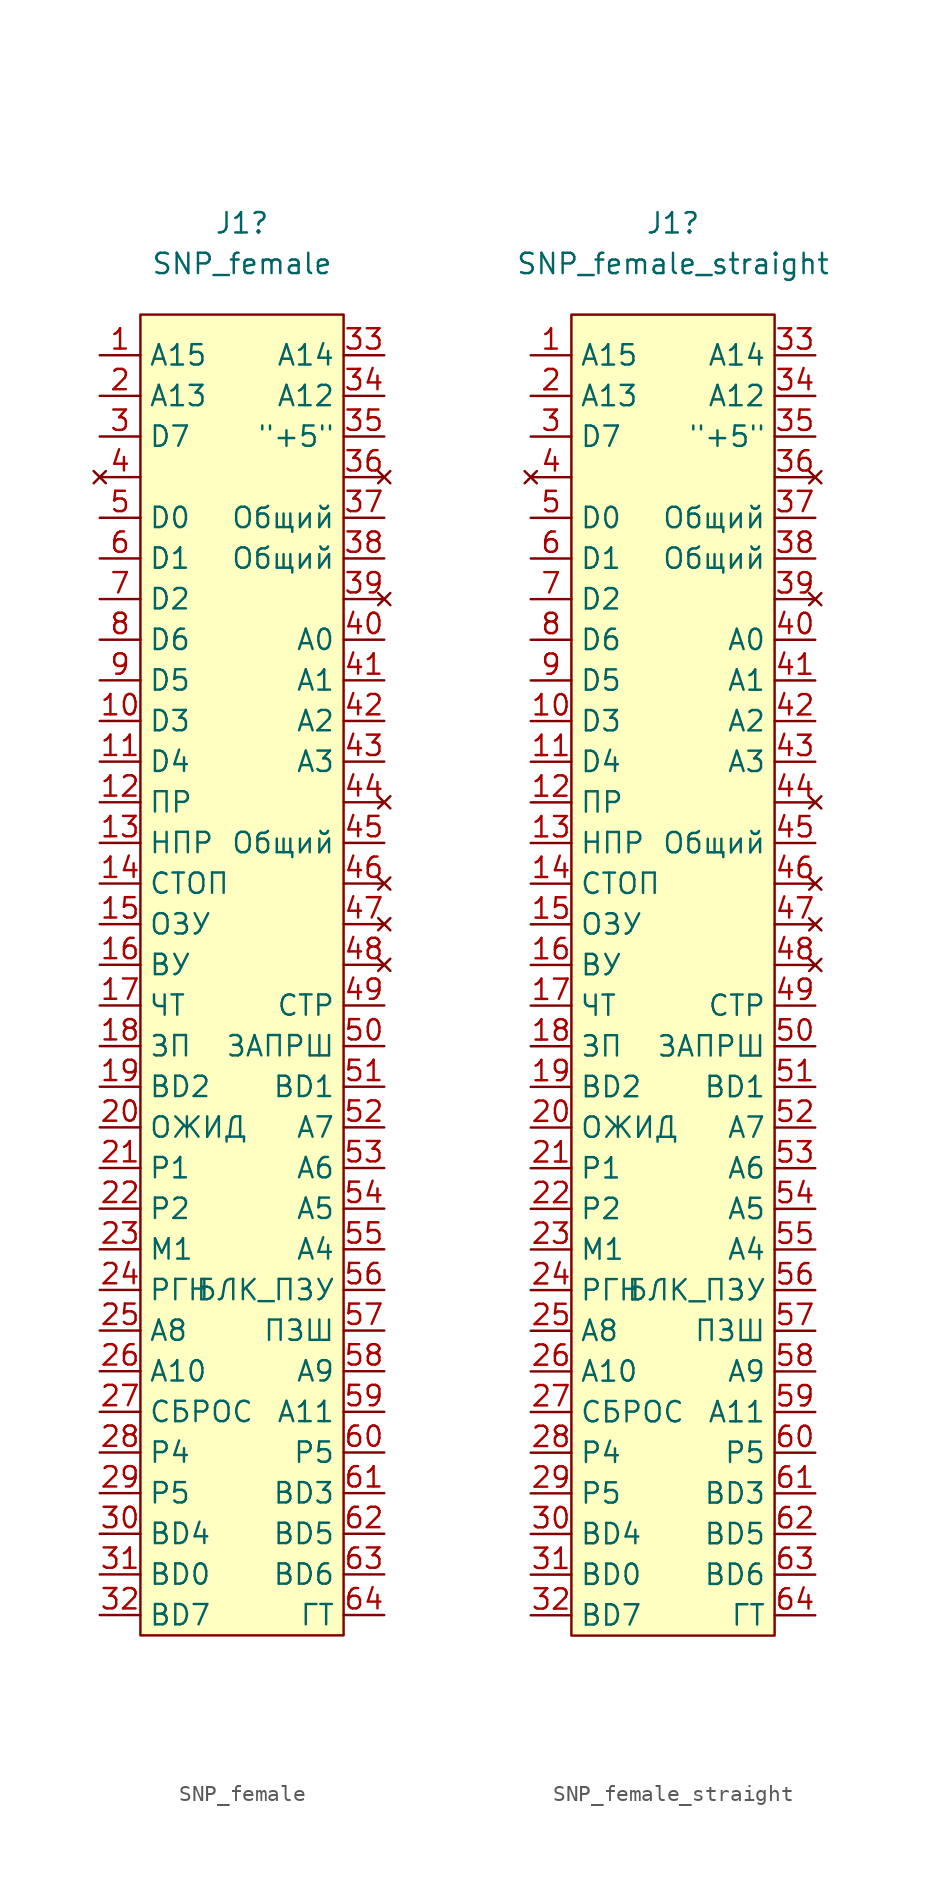
<source format=kicad_sym>
(kicad_symbol_lib
  (version 20220914)
  (generator kicad_symbol_editor)
  (symbol "SNP_female"
    (property "Reference" "J1"
      (at 0 43.815 0)
      (effects (font (size 1.27 1.27))))
    (property "Value" "SNP_female"
      (at 0 41.275 0)
      (effects (font (size 1.27 1.27))))
    (symbol "SNP_female_0_1"
      (rectangle (start -6.35 38.1) (end 6.35 -44.45) (stroke (width 0) (type default)) (fill (type background))))
    (symbol "SNP_female_1_1"
      (pin bidirectional line (at -8.89 35.56 0) (length 2.54) (name "A15" (effects (font (size 1.27 1.27)))) (number "1" (effects (font (size 1.27 1.27)))))
      (pin bidirectional line (at -8.89 12.7 0) (length 2.54) (name "D3" (effects (font (size 1.27 1.27)))) (number "10" (effects (font (size 1.27 1.27)))))
      (pin bidirectional line (at -8.89 10.16 0) (length 2.54) (name "D4" (effects (font (size 1.27 1.27)))) (number "11" (effects (font (size 1.27 1.27)))))
      (pin bidirectional line (at -8.89 7.62 0) (length 2.54) (name "ПР" (effects (font (size 1.27 1.27)))) (number "12" (effects (font (size 1.27 1.27)))))
      (pin bidirectional line (at -8.89 5.08 0) (length 2.54) (name "НПР" (effects (font (size 1.27 1.27)))) (number "13" (effects (font (size 1.27 1.27)))))
      (pin bidirectional line (at -8.89 2.54 0) (length 2.54) (name "СТОП" (effects (font (size 1.27 1.27)))) (number "14" (effects (font (size 1.27 1.27)))))
      (pin bidirectional line (at -8.89 0 0) (length 2.54) (name "ОЗУ" (effects (font (size 1.27 1.27)))) (number "15" (effects (font (size 1.27 1.27)))))
      (pin bidirectional line (at -8.89 -2.54 0) (length 2.54) (name "ВУ" (effects (font (size 1.27 1.27)))) (number "16" (effects (font (size 1.27 1.27)))))
      (pin bidirectional line (at -8.89 -5.08 0) (length 2.54) (name "ЧТ" (effects (font (size 1.27 1.27)))) (number "17" (effects (font (size 1.27 1.27)))))
      (pin bidirectional line (at -8.89 -7.62 0) (length 2.54) (name "ЗП" (effects (font (size 1.27 1.27)))) (number "18" (effects (font (size 1.27 1.27)))))
      (pin bidirectional line (at -8.89 -10.16 0) (length 2.54) (name "BD2" (effects (font (size 1.27 1.27)))) (number "19" (effects (font (size 1.27 1.27)))))
      (pin bidirectional line (at -8.89 33.02 0) (length 2.54) (name "A13" (effects (font (size 1.27 1.27)))) (number "2" (effects (font (size 1.27 1.27)))))
      (pin bidirectional line (at -8.89 -12.7 0) (length 2.54) (name "ОЖИД" (effects (font (size 1.27 1.27)))) (number "20" (effects (font (size 1.27 1.27)))))
      (pin bidirectional line (at -8.89 -15.24 0) (length 2.54) (name "P1" (effects (font (size 1.27 1.27)))) (number "21" (effects (font (size 1.27 1.27)))))
      (pin bidirectional line (at -8.89 -17.78 0) (length 2.54) (name "P2" (effects (font (size 1.27 1.27)))) (number "22" (effects (font (size 1.27 1.27)))))
      (pin bidirectional line (at -8.89 -20.32 0) (length 2.54) (name "М1" (effects (font (size 1.27 1.27)))) (number "23" (effects (font (size 1.27 1.27)))))
      (pin bidirectional line (at -8.89 -22.86 0) (length 2.54) (name "РГН" (effects (font (size 1.27 1.27)))) (number "24" (effects (font (size 1.27 1.27)))))
      (pin bidirectional line (at -8.89 -25.4 0) (length 2.54) (name "A8" (effects (font (size 1.27 1.27)))) (number "25" (effects (font (size 1.27 1.27)))))
      (pin bidirectional line (at -8.89 -27.94 0) (length 2.54) (name "A10" (effects (font (size 1.27 1.27)))) (number "26" (effects (font (size 1.27 1.27)))))
      (pin bidirectional line (at -8.89 -30.48 0) (length 2.54) (name "СБРОС" (effects (font (size 1.27 1.27)))) (number "27" (effects (font (size 1.27 1.27)))))
      (pin bidirectional line (at -8.89 -33.02 0) (length 2.54) (name "P4" (effects (font (size 1.27 1.27)))) (number "28" (effects (font (size 1.27 1.27)))))
      (pin bidirectional line (at -8.89 -35.56 0) (length 2.54) (name "P5" (effects (font (size 1.27 1.27)))) (number "29" (effects (font (size 1.27 1.27)))))
      (pin bidirectional line (at -8.89 30.48 0) (length 2.54) (name "D7" (effects (font (size 1.27 1.27)))) (number "3" (effects (font (size 1.27 1.27)))))
      (pin bidirectional line (at -8.89 -38.1 0) (length 2.54) (name "BD4" (effects (font (size 1.27 1.27)))) (number "30" (effects (font (size 1.27 1.27)))))
      (pin bidirectional line (at -8.89 -40.64 0) (length 2.54) (name "BD0" (effects (font (size 1.27 1.27)))) (number "31" (effects (font (size 1.27 1.27)))))
      (pin bidirectional line (at -8.89 -43.18 0) (length 2.54) (name "BD7" (effects (font (size 1.27 1.27)))) (number "32" (effects (font (size 1.27 1.27)))))
      (pin bidirectional line (at 8.89 35.56 180) (length 2.54) (name "A14" (effects (font (size 1.27 1.27)))) (number "33" (effects (font (size 1.27 1.27)))))
      (pin bidirectional line (at 8.89 33.02 180) (length 2.54) (name "A12" (effects (font (size 1.27 1.27)))) (number "34" (effects (font (size 1.27 1.27)))))
      (pin power_in line (at 8.89 30.48 180) (length 2.54) (name "\"+5\"" (effects (font (size 1.27 1.27)))) (number "35" (effects (font (size 1.27 1.27)))))
      (pin no_connect line (at 8.89 27.94 180) (length 2.54) (name "" (effects (font (size 1.27 1.27)))) (number "36" (effects (font (size 1.27 1.27)))))
      (pin power_in line (at 8.89 25.4 180) (length 2.54) (name "Общий" (effects (font (size 1.27 1.27)))) (number "37" (effects (font (size 1.27 1.27)))))
      (pin power_in line (at 8.89 22.86 180) (length 2.54) (name "Общий" (effects (font (size 1.27 1.27)))) (number "38" (effects (font (size 1.27 1.27)))))
      (pin no_connect line (at 8.89 20.32 180) (length 2.54) (name "" (effects (font (size 1.27 1.27)))) (number "39" (effects (font (size 1.27 1.27)))))
      (pin no_connect line (at -8.89 27.94 0) (length 2.54) (name "" (effects (font (size 1.27 1.27)))) (number "4" (effects (font (size 1.27 1.27)))))
      (pin bidirectional line (at 8.89 17.78 180) (length 2.54) (name "A0" (effects (font (size 1.27 1.27)))) (number "40" (effects (font (size 1.27 1.27)))))
      (pin bidirectional line (at 8.89 15.24 180) (length 2.54) (name "A1" (effects (font (size 1.27 1.27)))) (number "41" (effects (font (size 1.27 1.27)))))
      (pin bidirectional line (at 8.89 12.7 180) (length 2.54) (name "A2" (effects (font (size 1.27 1.27)))) (number "42" (effects (font (size 1.27 1.27)))))
      (pin bidirectional line (at 8.89 10.16 180) (length 2.54) (name "A3" (effects (font (size 1.27 1.27)))) (number "43" (effects (font (size 1.27 1.27)))))
      (pin no_connect line (at 8.89 7.62 180) (length 2.54) (name "" (effects (font (size 1.27 1.27)))) (number "44" (effects (font (size 1.27 1.27)))))
      (pin power_in line (at 8.89 5.08 180) (length 2.54) (name "Общий" (effects (font (size 1.27 1.27)))) (number "45" (effects (font (size 1.27 1.27)))))
      (pin no_connect line (at 8.89 2.54 180) (length 2.54) (name "" (effects (font (size 1.27 1.27)))) (number "46" (effects (font (size 1.27 1.27)))))
      (pin no_connect line (at 8.89 0 180) (length 2.54) (name "" (effects (font (size 1.27 1.27)))) (number "47" (effects (font (size 1.27 1.27)))))
      (pin no_connect line (at 8.89 -2.54 180) (length 2.54) (name "" (effects (font (size 1.27 1.27)))) (number "48" (effects (font (size 1.27 1.27)))))
      (pin bidirectional line (at 8.89 -5.08 180) (length 2.54) (name "СТР" (effects (font (size 1.27 1.27)))) (number "49" (effects (font (size 1.27 1.27)))))
      (pin bidirectional line (at -8.89 25.4 0) (length 2.54) (name "D0" (effects (font (size 1.27 1.27)))) (number "5" (effects (font (size 1.27 1.27)))))
      (pin bidirectional line (at 8.89 -7.62 180) (length 2.54) (name "ЗАПРШ" (effects (font (size 1.27 1.27)))) (number "50" (effects (font (size 1.27 1.27)))))
      (pin bidirectional line (at 8.89 -10.16 180) (length 2.54) (name "BD1" (effects (font (size 1.27 1.27)))) (number "51" (effects (font (size 1.27 1.27)))))
      (pin bidirectional line (at 8.89 -12.7 180) (length 2.54) (name "A7" (effects (font (size 1.27 1.27)))) (number "52" (effects (font (size 1.27 1.27)))))
      (pin bidirectional line (at 8.89 -15.24 180) (length 2.54) (name "A6" (effects (font (size 1.27 1.27)))) (number "53" (effects (font (size 1.27 1.27)))))
      (pin bidirectional line (at 8.89 -17.78 180) (length 2.54) (name "A5" (effects (font (size 1.27 1.27)))) (number "54" (effects (font (size 1.27 1.27)))))
      (pin bidirectional line (at 8.89 -20.32 180) (length 2.54) (name "A4" (effects (font (size 1.27 1.27)))) (number "55" (effects (font (size 1.27 1.27)))))
      (pin bidirectional line (at 8.89 -22.86 180) (length 2.54) (name "БЛК_ПЗУ" (effects (font (size 1.27 1.27)))) (number "56" (effects (font (size 1.27 1.27)))))
      (pin bidirectional line (at 8.89 -25.4 180) (length 2.54) (name "ПЗШ" (effects (font (size 1.27 1.27)))) (number "57" (effects (font (size 1.27 1.27)))))
      (pin bidirectional line (at 8.89 -27.94 180) (length 2.54) (name "A9" (effects (font (size 1.27 1.27)))) (number "58" (effects (font (size 1.27 1.27)))))
      (pin bidirectional line (at 8.89 -30.48 180) (length 2.54) (name "A11" (effects (font (size 1.27 1.27)))) (number "59" (effects (font (size 1.27 1.27)))))
      (pin bidirectional line (at -8.89 22.86 0) (length 2.54) (name "D1" (effects (font (size 1.27 1.27)))) (number "6" (effects (font (size 1.27 1.27)))))
      (pin bidirectional line (at 8.89 -33.02 180) (length 2.54) (name "P5" (effects (font (size 1.27 1.27)))) (number "60" (effects (font (size 1.27 1.27)))))
      (pin bidirectional line (at 8.89 -35.56 180) (length 2.54) (name "BD3" (effects (font (size 1.27 1.27)))) (number "61" (effects (font (size 1.27 1.27)))))
      (pin bidirectional line (at 8.89 -38.1 180) (length 2.54) (name "BD5" (effects (font (size 1.27 1.27)))) (number "62" (effects (font (size 1.27 1.27)))))
      (pin bidirectional line (at 8.89 -40.64 180) (length 2.54) (name "BD6" (effects (font (size 1.27 1.27)))) (number "63" (effects (font (size 1.27 1.27)))))
      (pin bidirectional line (at 8.89 -43.18 180) (length 2.54) (name "ГТ" (effects (font (size 1.27 1.27)))) (number "64" (effects (font (size 1.27 1.27)))))
      (pin bidirectional line (at -8.89 20.32 0) (length 2.54) (name "D2" (effects (font (size 1.27 1.27)))) (number "7" (effects (font (size 1.27 1.27)))))
      (pin bidirectional line (at -8.89 17.78 0) (length 2.54) (name "D6" (effects (font (size 1.27 1.27)))) (number "8" (effects (font (size 1.27 1.27)))))
      (pin bidirectional line (at -8.89 15.24 0) (length 2.54) (name "D5" (effects (font (size 1.27 1.27)))) (number "9" (effects (font (size 1.27 1.27)))))))
  (symbol "SNP_female_straight"
    (property "Reference" "J1"
      (at 0 43.815 0)
      (effects (font (size 1.27 1.27))))
    (property "Value" "SNP_female_straight"
      (at 0 41.275 0)
      (effects (font (size 1.27 1.27))))
    (symbol "SNP_female_straight_0_1"
      (rectangle (start -6.35 38.1) (end 6.35 -44.45) (stroke (width 0) (type default)) (fill (type background))))
    (symbol "SNP_female_straight_1_1"
      (pin bidirectional line (at -8.89 35.56 0) (length 2.54) (name "A15" (effects (font (size 1.27 1.27)))) (number "1" (effects (font (size 1.27 1.27)))))
      (pin bidirectional line (at -8.89 12.7 0) (length 2.54) (name "D3" (effects (font (size 1.27 1.27)))) (number "10" (effects (font (size 1.27 1.27)))))
      (pin bidirectional line (at -8.89 10.16 0) (length 2.54) (name "D4" (effects (font (size 1.27 1.27)))) (number "11" (effects (font (size 1.27 1.27)))))
      (pin bidirectional line (at -8.89 7.62 0) (length 2.54) (name "ПР" (effects (font (size 1.27 1.27)))) (number "12" (effects (font (size 1.27 1.27)))))
      (pin bidirectional line (at -8.89 5.08 0) (length 2.54) (name "НПР" (effects (font (size 1.27 1.27)))) (number "13" (effects (font (size 1.27 1.27)))))
      (pin bidirectional line (at -8.89 2.54 0) (length 2.54) (name "СТОП" (effects (font (size 1.27 1.27)))) (number "14" (effects (font (size 1.27 1.27)))))
      (pin bidirectional line (at -8.89 0 0) (length 2.54) (name "ОЗУ" (effects (font (size 1.27 1.27)))) (number "15" (effects (font (size 1.27 1.27)))))
      (pin bidirectional line (at -8.89 -2.54 0) (length 2.54) (name "ВУ" (effects (font (size 1.27 1.27)))) (number "16" (effects (font (size 1.27 1.27)))))
      (pin bidirectional line (at -8.89 -5.08 0) (length 2.54) (name "ЧТ" (effects (font (size 1.27 1.27)))) (number "17" (effects (font (size 1.27 1.27)))))
      (pin bidirectional line (at -8.89 -7.62 0) (length 2.54) (name "ЗП" (effects (font (size 1.27 1.27)))) (number "18" (effects (font (size 1.27 1.27)))))
      (pin bidirectional line (at -8.89 -10.16 0) (length 2.54) (name "BD2" (effects (font (size 1.27 1.27)))) (number "19" (effects (font (size 1.27 1.27)))))
      (pin bidirectional line (at -8.89 33.02 0) (length 2.54) (name "A13" (effects (font (size 1.27 1.27)))) (number "2" (effects (font (size 1.27 1.27)))))
      (pin bidirectional line (at -8.89 -12.7 0) (length 2.54) (name "ОЖИД" (effects (font (size 1.27 1.27)))) (number "20" (effects (font (size 1.27 1.27)))))
      (pin bidirectional line (at -8.89 -15.24 0) (length 2.54) (name "P1" (effects (font (size 1.27 1.27)))) (number "21" (effects (font (size 1.27 1.27)))))
      (pin bidirectional line (at -8.89 -17.78 0) (length 2.54) (name "P2" (effects (font (size 1.27 1.27)))) (number "22" (effects (font (size 1.27 1.27)))))
      (pin bidirectional line (at -8.89 -20.32 0) (length 2.54) (name "М1" (effects (font (size 1.27 1.27)))) (number "23" (effects (font (size 1.27 1.27)))))
      (pin bidirectional line (at -8.89 -22.86 0) (length 2.54) (name "РГН" (effects (font (size 1.27 1.27)))) (number "24" (effects (font (size 1.27 1.27)))))
      (pin bidirectional line (at -8.89 -25.4 0) (length 2.54) (name "A8" (effects (font (size 1.27 1.27)))) (number "25" (effects (font (size 1.27 1.27)))))
      (pin bidirectional line (at -8.89 -27.94 0) (length 2.54) (name "A10" (effects (font (size 1.27 1.27)))) (number "26" (effects (font (size 1.27 1.27)))))
      (pin bidirectional line (at -8.89 -30.48 0) (length 2.54) (name "СБРОС" (effects (font (size 1.27 1.27)))) (number "27" (effects (font (size 1.27 1.27)))))
      (pin bidirectional line (at -8.89 -33.02 0) (length 2.54) (name "P4" (effects (font (size 1.27 1.27)))) (number "28" (effects (font (size 1.27 1.27)))))
      (pin bidirectional line (at -8.89 -35.56 0) (length 2.54) (name "P5" (effects (font (size 1.27 1.27)))) (number "29" (effects (font (size 1.27 1.27)))))
      (pin bidirectional line (at -8.89 30.48 0) (length 2.54) (name "D7" (effects (font (size 1.27 1.27)))) (number "3" (effects (font (size 1.27 1.27)))))
      (pin bidirectional line (at -8.89 -38.1 0) (length 2.54) (name "BD4" (effects (font (size 1.27 1.27)))) (number "30" (effects (font (size 1.27 1.27)))))
      (pin bidirectional line (at -8.89 -40.64 0) (length 2.54) (name "BD0" (effects (font (size 1.27 1.27)))) (number "31" (effects (font (size 1.27 1.27)))))
      (pin bidirectional line (at -8.89 -43.18 0) (length 2.54) (name "BD7" (effects (font (size 1.27 1.27)))) (number "32" (effects (font (size 1.27 1.27)))))
      (pin bidirectional line (at 8.89 35.56 180) (length 2.54) (name "A14" (effects (font (size 1.27 1.27)))) (number "33" (effects (font (size 1.27 1.27)))))
      (pin bidirectional line (at 8.89 33.02 180) (length 2.54) (name "A12" (effects (font (size 1.27 1.27)))) (number "34" (effects (font (size 1.27 1.27)))))
      (pin power_in line (at 8.89 30.48 180) (length 2.54) (name "\"+5\"" (effects (font (size 1.27 1.27)))) (number "35" (effects (font (size 1.27 1.27)))))
      (pin no_connect line (at 8.89 27.94 180) (length 2.54) (name "" (effects (font (size 1.27 1.27)))) (number "36" (effects (font (size 1.27 1.27)))))
      (pin power_in line (at 8.89 25.4 180) (length 2.54) (name "Общий" (effects (font (size 1.27 1.27)))) (number "37" (effects (font (size 1.27 1.27)))))
      (pin power_in line (at 8.89 22.86 180) (length 2.54) (name "Общий" (effects (font (size 1.27 1.27)))) (number "38" (effects (font (size 1.27 1.27)))))
      (pin no_connect line (at 8.89 20.32 180) (length 2.54) (name "" (effects (font (size 1.27 1.27)))) (number "39" (effects (font (size 1.27 1.27)))))
      (pin no_connect line (at -8.89 27.94 0) (length 2.54) (name "" (effects (font (size 1.27 1.27)))) (number "4" (effects (font (size 1.27 1.27)))))
      (pin bidirectional line (at 8.89 17.78 180) (length 2.54) (name "A0" (effects (font (size 1.27 1.27)))) (number "40" (effects (font (size 1.27 1.27)))))
      (pin bidirectional line (at 8.89 15.24 180) (length 2.54) (name "A1" (effects (font (size 1.27 1.27)))) (number "41" (effects (font (size 1.27 1.27)))))
      (pin bidirectional line (at 8.89 12.7 180) (length 2.54) (name "A2" (effects (font (size 1.27 1.27)))) (number "42" (effects (font (size 1.27 1.27)))))
      (pin bidirectional line (at 8.89 10.16 180) (length 2.54) (name "A3" (effects (font (size 1.27 1.27)))) (number "43" (effects (font (size 1.27 1.27)))))
      (pin no_connect line (at 8.89 7.62 180) (length 2.54) (name "" (effects (font (size 1.27 1.27)))) (number "44" (effects (font (size 1.27 1.27)))))
      (pin power_in line (at 8.89 5.08 180) (length 2.54) (name "Общий" (effects (font (size 1.27 1.27)))) (number "45" (effects (font (size 1.27 1.27)))))
      (pin no_connect line (at 8.89 2.54 180) (length 2.54) (name "" (effects (font (size 1.27 1.27)))) (number "46" (effects (font (size 1.27 1.27)))))
      (pin no_connect line (at 8.89 0 180) (length 2.54) (name "" (effects (font (size 1.27 1.27)))) (number "47" (effects (font (size 1.27 1.27)))))
      (pin no_connect line (at 8.89 -2.54 180) (length 2.54) (name "" (effects (font (size 1.27 1.27)))) (number "48" (effects (font (size 1.27 1.27)))))
      (pin bidirectional line (at 8.89 -5.08 180) (length 2.54) (name "СТР" (effects (font (size 1.27 1.27)))) (number "49" (effects (font (size 1.27 1.27)))))
      (pin bidirectional line (at -8.89 25.4 0) (length 2.54) (name "D0" (effects (font (size 1.27 1.27)))) (number "5" (effects (font (size 1.27 1.27)))))
      (pin bidirectional line (at 8.89 -7.62 180) (length 2.54) (name "ЗАПРШ" (effects (font (size 1.27 1.27)))) (number "50" (effects (font (size 1.27 1.27)))))
      (pin bidirectional line (at 8.89 -10.16 180) (length 2.54) (name "BD1" (effects (font (size 1.27 1.27)))) (number "51" (effects (font (size 1.27 1.27)))))
      (pin bidirectional line (at 8.89 -12.7 180) (length 2.54) (name "A7" (effects (font (size 1.27 1.27)))) (number "52" (effects (font (size 1.27 1.27)))))
      (pin bidirectional line (at 8.89 -15.24 180) (length 2.54) (name "A6" (effects (font (size 1.27 1.27)))) (number "53" (effects (font (size 1.27 1.27)))))
      (pin bidirectional line (at 8.89 -17.78 180) (length 2.54) (name "A5" (effects (font (size 1.27 1.27)))) (number "54" (effects (font (size 1.27 1.27)))))
      (pin bidirectional line (at 8.89 -20.32 180) (length 2.54) (name "A4" (effects (font (size 1.27 1.27)))) (number "55" (effects (font (size 1.27 1.27)))))
      (pin bidirectional line (at 8.89 -22.86 180) (length 2.54) (name "БЛК_ПЗУ" (effects (font (size 1.27 1.27)))) (number "56" (effects (font (size 1.27 1.27)))))
      (pin bidirectional line (at 8.89 -25.4 180) (length 2.54) (name "ПЗШ" (effects (font (size 1.27 1.27)))) (number "57" (effects (font (size 1.27 1.27)))))
      (pin bidirectional line (at 8.89 -27.94 180) (length 2.54) (name "A9" (effects (font (size 1.27 1.27)))) (number "58" (effects (font (size 1.27 1.27)))))
      (pin bidirectional line (at 8.89 -30.48 180) (length 2.54) (name "A11" (effects (font (size 1.27 1.27)))) (number "59" (effects (font (size 1.27 1.27)))))
      (pin bidirectional line (at -8.89 22.86 0) (length 2.54) (name "D1" (effects (font (size 1.27 1.27)))) (number "6" (effects (font (size 1.27 1.27)))))
      (pin bidirectional line (at 8.89 -33.02 180) (length 2.54) (name "P5" (effects (font (size 1.27 1.27)))) (number "60" (effects (font (size 1.27 1.27)))))
      (pin bidirectional line (at 8.89 -35.56 180) (length 2.54) (name "BD3" (effects (font (size 1.27 1.27)))) (number "61" (effects (font (size 1.27 1.27)))))
      (pin bidirectional line (at 8.89 -38.1 180) (length 2.54) (name "BD5" (effects (font (size 1.27 1.27)))) (number "62" (effects (font (size 1.27 1.27)))))
      (pin bidirectional line (at 8.89 -40.64 180) (length 2.54) (name "BD6" (effects (font (size 1.27 1.27)))) (number "63" (effects (font (size 1.27 1.27)))))
      (pin bidirectional line (at 8.89 -43.18 180) (length 2.54) (name "ГТ" (effects (font (size 1.27 1.27)))) (number "64" (effects (font (size 1.27 1.27)))))
      (pin bidirectional line (at -8.89 20.32 0) (length 2.54) (name "D2" (effects (font (size 1.27 1.27)))) (number "7" (effects (font (size 1.27 1.27)))))
      (pin bidirectional line (at -8.89 17.78 0) (length 2.54) (name "D6" (effects (font (size 1.27 1.27)))) (number "8" (effects (font (size 1.27 1.27)))))
      (pin bidirectional line (at -8.89 15.24 0) (length 2.54) (name "D5" (effects (font (size 1.27 1.27)))) (number "9" (effects (font (size 1.27 1.27))))))))
</source>
